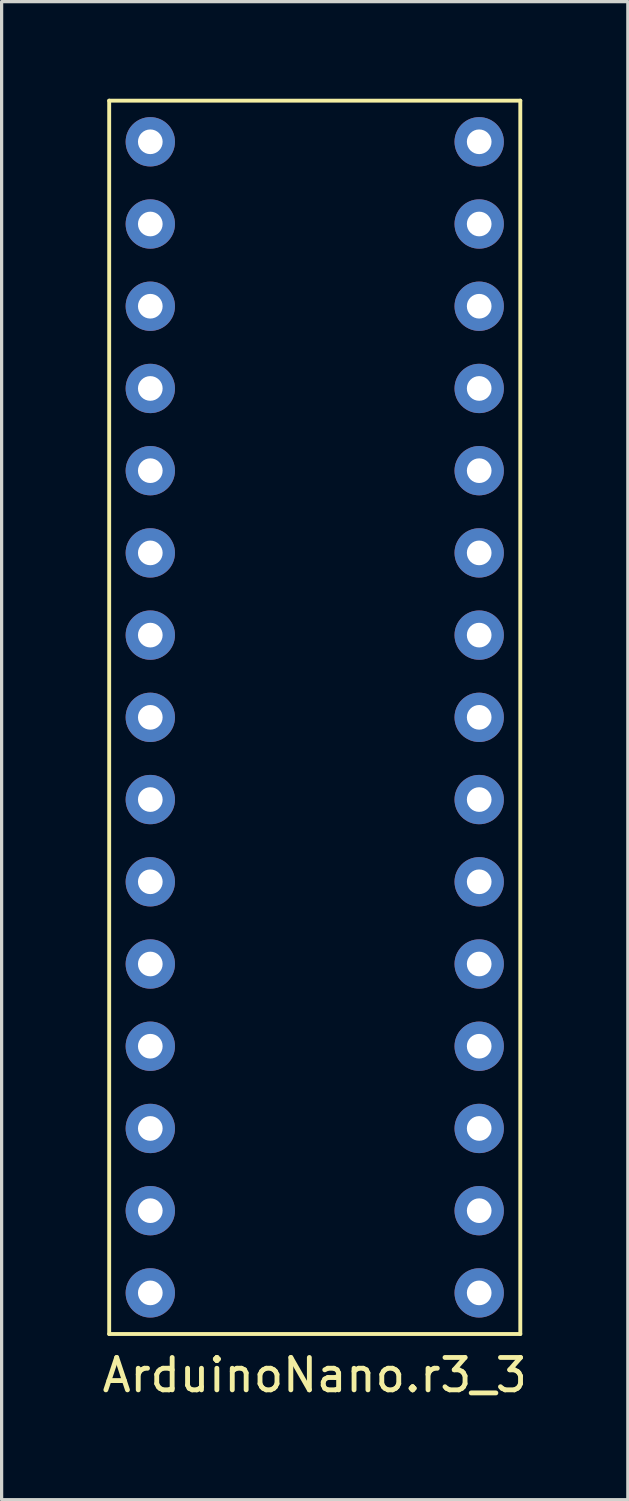
<source format=kicad_pcb>
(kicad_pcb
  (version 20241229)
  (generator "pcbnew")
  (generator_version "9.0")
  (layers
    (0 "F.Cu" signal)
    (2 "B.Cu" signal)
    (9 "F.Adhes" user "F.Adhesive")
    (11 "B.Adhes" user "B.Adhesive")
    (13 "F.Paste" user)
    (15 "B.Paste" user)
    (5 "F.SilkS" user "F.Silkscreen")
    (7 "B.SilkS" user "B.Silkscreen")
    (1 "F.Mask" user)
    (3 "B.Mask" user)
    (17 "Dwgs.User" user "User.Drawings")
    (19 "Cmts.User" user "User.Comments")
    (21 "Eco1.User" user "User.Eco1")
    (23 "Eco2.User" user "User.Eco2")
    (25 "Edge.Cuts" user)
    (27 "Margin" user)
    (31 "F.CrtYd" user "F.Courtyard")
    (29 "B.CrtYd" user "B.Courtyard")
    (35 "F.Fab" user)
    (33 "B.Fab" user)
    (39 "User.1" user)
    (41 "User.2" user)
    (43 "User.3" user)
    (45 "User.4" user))
  (footprint "ArduinoNano.r3_3"
    (layer "F.Cu")
    (at 6.673 14.03)
    (property "Reference" "ArduinoNano.r3_3" (at 0 25.4 0) (layer "F.SilkS") (effects (font (size 1 1) (thickness 0.15))))
    (attr through_hole)
    (fp_line (start -6.35 -13.97) (end 6.35 -13.97) (stroke (width 0.12) (type solid)) (layer "F.SilkS"))
    (fp_line (start -6.35 24.13) (end -6.35 -13.97) (stroke (width 0.12) (type solid)) (layer "F.SilkS"))
    (fp_line (start 6.35 -13.97) (end 6.35 24.13) (stroke (width 0.12) (type solid)) (layer "F.SilkS"))
    (fp_line (start 6.35 24.13) (end -6.35 24.13) (stroke (width 0.12) (type solid)) (layer "F.SilkS"))
    (pad "1" thru_hole circle (at -5.08 -12.7) (size 1.524 1.524) (drill 0.762) (layers "*.Cu" "*.Mask"))
    (pad "2" thru_hole circle (at -5.08 -10.16) (size 1.524 1.524) (drill 0.762) (layers "*.Cu" "*.Mask"))
    (pad "3" thru_hole circle (at -5.08 -7.62) (size 1.524 1.524) (drill 0.762) (layers "*.Cu" "*.Mask"))
    (pad "4" thru_hole circle (at -5.08 -5.08) (size 1.524 1.524) (drill 0.762) (layers "*.Cu" "*.Mask"))
    (pad "5" thru_hole circle (at -5.08 -2.54) (size 1.524 1.524) (drill 0.762) (layers "*.Cu" "*.Mask"))
    (pad "6" thru_hole circle (at -5.08 0) (size 1.524 1.524) (drill 0.762) (layers "*.Cu" "*.Mask"))
    (pad "7" thru_hole circle (at -5.08 2.54) (size 1.524 1.524) (drill 0.762) (layers "*.Cu" "*.Mask"))
    (pad "8" thru_hole circle (at -5.08 5.08) (size 1.524 1.524) (drill 0.762) (layers "*.Cu" "*.Mask"))
    (pad "9" thru_hole circle (at -5.08 7.62) (size 1.524 1.524) (drill 0.762) (layers "*.Cu" "*.Mask"))
    (pad "10" thru_hole circle (at -5.08 10.16) (size 1.524 1.524) (drill 0.762) (layers "*.Cu" "*.Mask"))
    (pad "11" thru_hole circle (at -5.08 12.7) (size 1.524 1.524) (drill 0.762) (layers "*.Cu" "*.Mask"))
    (pad "12" thru_hole circle (at -5.08 15.24) (size 1.524 1.524) (drill 0.762) (layers "*.Cu" "*.Mask"))
    (pad "13" thru_hole circle (at -5.08 17.78) (size 1.524 1.524) (drill 0.762) (layers "*.Cu" "*.Mask"))
    (pad "14" thru_hole circle (at -5.08 20.32) (size 1.524 1.524) (drill 0.762) (layers "*.Cu" "*.Mask"))
    (pad "15" thru_hole circle (at -5.08 22.86) (size 1.524 1.524) (drill 0.762) (layers "*.Cu" "*.Mask"))
    (pad "16" thru_hole circle (at 5.08 22.86) (size 1.524 1.524) (drill 0.762) (layers "*.Cu" "*.Mask"))
    (pad "17" thru_hole circle (at 5.08 20.32) (size 1.524 1.524) (drill 0.762) (layers "*.Cu" "*.Mask"))
    (pad "18" thru_hole circle (at 5.08 17.78) (size 1.524 1.524) (drill 0.762) (layers "*.Cu" "*.Mask"))
    (pad "19" thru_hole circle (at 5.08 15.24) (size 1.524 1.524) (drill 0.762) (layers "*.Cu" "*.Mask"))
    (pad "20" thru_hole circle (at 5.08 12.7) (size 1.524 1.524) (drill 0.762) (layers "*.Cu" "*.Mask"))
    (pad "21" thru_hole circle (at 5.08 10.16) (size 1.524 1.524) (drill 0.762) (layers "*.Cu" "*.Mask"))
    (pad "22" thru_hole circle (at 5.08 7.62) (size 1.524 1.524) (drill 0.762) (layers "*.Cu" "*.Mask"))
    (pad "23" thru_hole circle (at 5.08 5.08) (size 1.524 1.524) (drill 0.762) (layers "*.Cu" "*.Mask"))
    (pad "24" thru_hole circle (at 5.08 2.54) (size 1.524 1.524) (drill 0.762) (layers "*.Cu" "*.Mask"))
    (pad "25" thru_hole circle (at 5.08 0) (size 1.524 1.524) (drill 0.762) (layers "*.Cu" "*.Mask"))
    (pad "26" thru_hole circle (at 5.08 -2.54) (size 1.524 1.524) (drill 0.762) (layers "*.Cu" "*.Mask"))
    (pad "27" thru_hole circle (at 5.08 -5.08) (size 1.524 1.524) (drill 0.762) (layers "*.Cu" "*.Mask"))
    (pad "28" thru_hole circle (at 5.08 -7.62) (size 1.524 1.524) (drill 0.762) (layers "*.Cu" "*.Mask"))
    (pad "29" thru_hole circle (at 5.08 -10.16) (size 1.524 1.524) (drill 0.762) (layers "*.Cu" "*.Mask"))
    (pad "30" thru_hole circle (at 5.08 -12.7) (size 1.524 1.524) (drill 0.762) (layers "*.Cu" "*.Mask")))
  (gr_rect
    (start -3 -3)
    (end 16.345 43.278)
    (stroke (width 0.1) (type default))
    (fill no)
    (layer "Edge.Cuts")))
</source>
